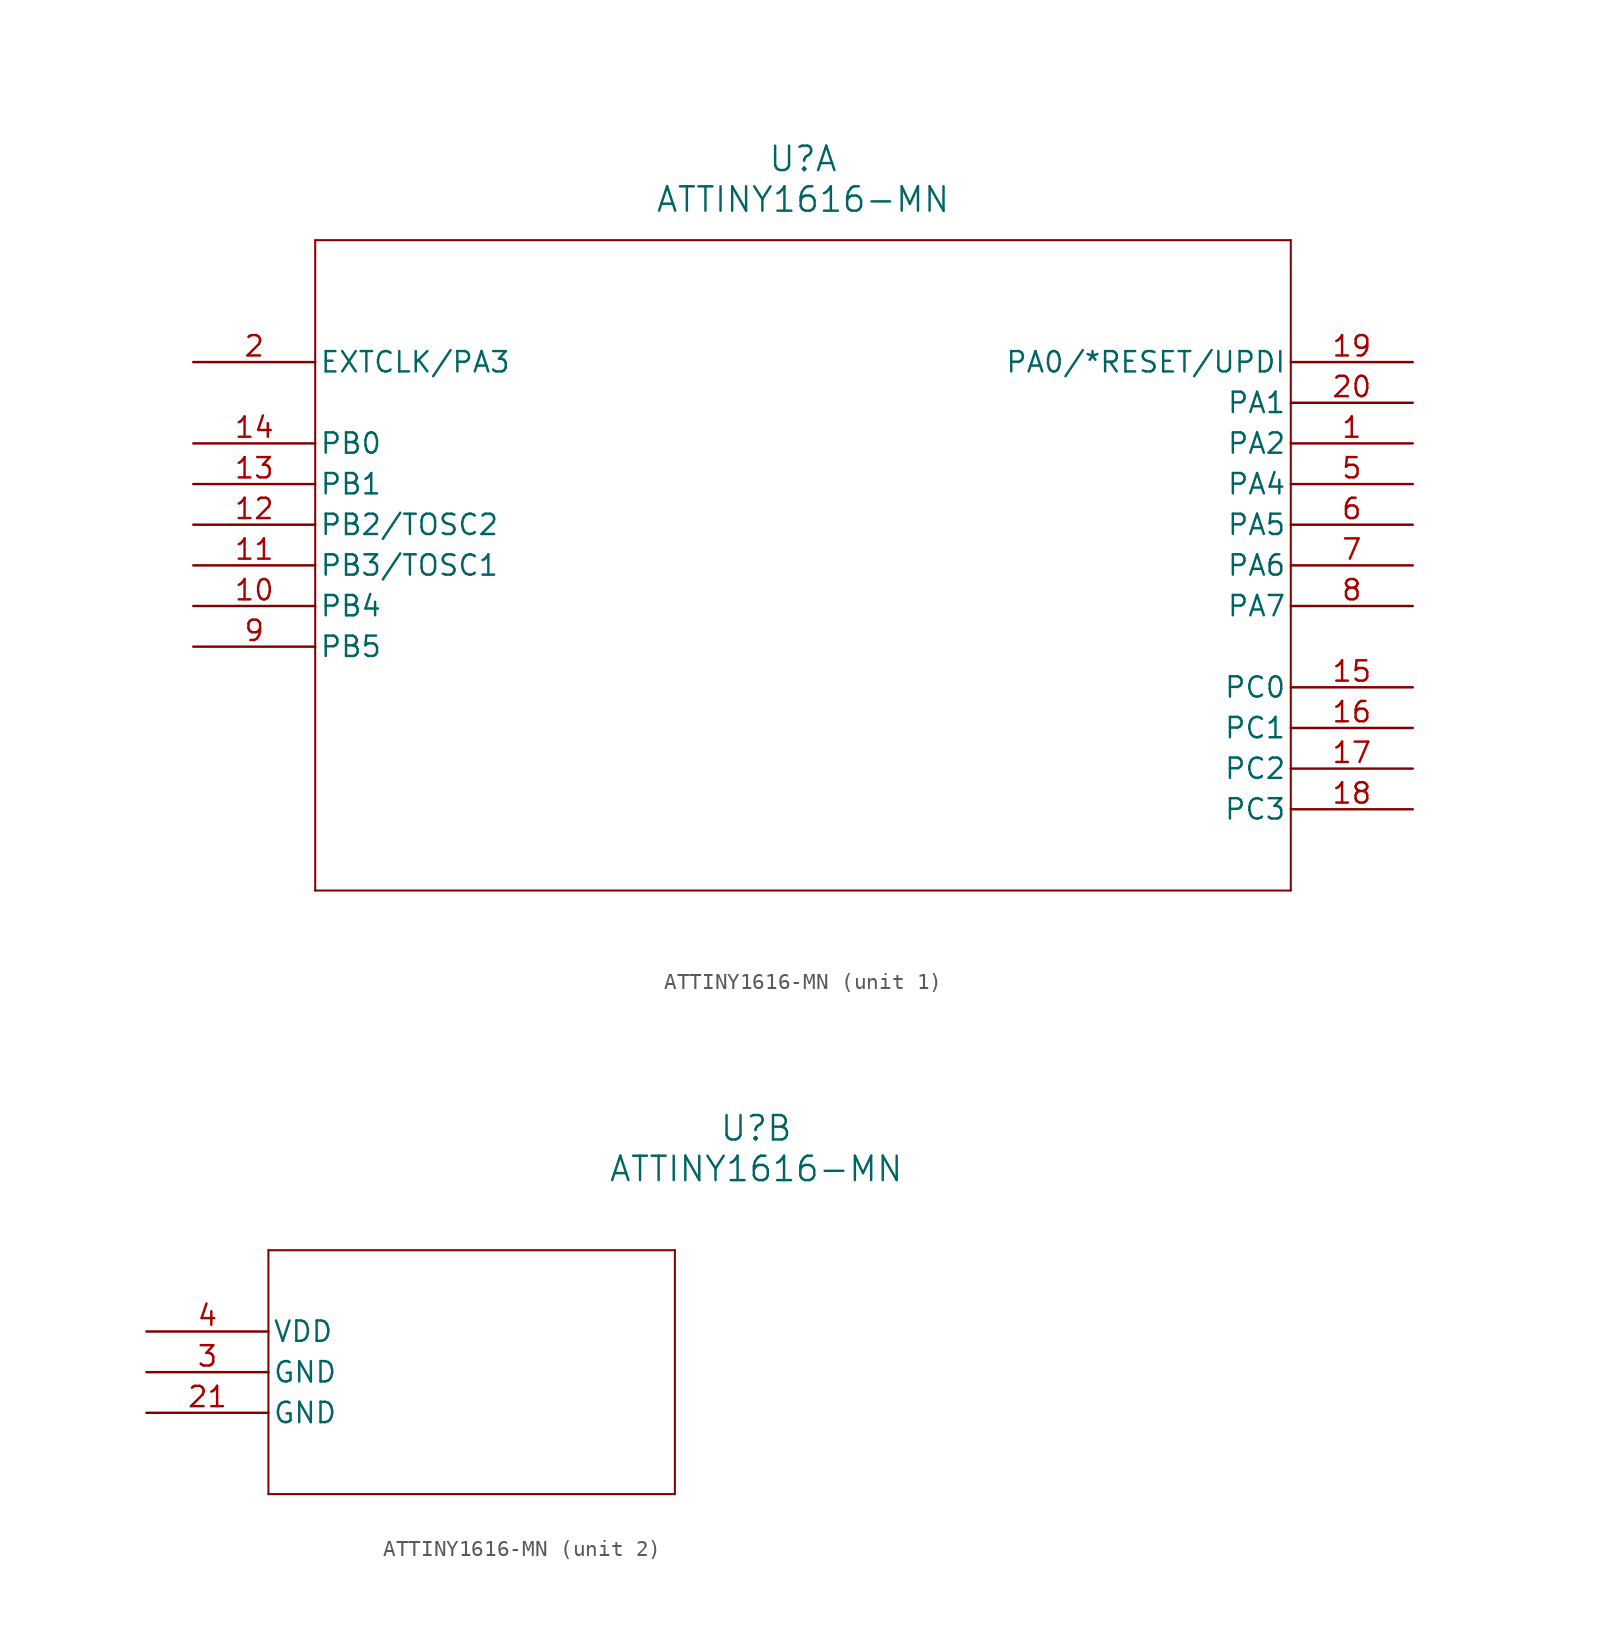
<source format=kicad_sym>
(kicad_symbol_lib
  (version 20211014)
  (generator kicad_symbol_editor)
  (symbol "ATTINY1616-MN"
    (pin_names
      (offset 0.254))
    (property "Reference" "U"
      (at 38.1 12.7 0)
      (effects (font (size 1.524 1.524))))
    (property "Value" "ATTINY1616-MN"
      (at 38.1 10.16 0)
      (effects (font (size 1.524 1.524))))
    (symbol "ATTINY1616-MN_1_1"
      (polyline (pts (xy 7.62 7.62) (xy 7.62 -33.02)) (stroke (width 0.127) (type default) (color 0 0 0 0)) (fill (type none)))
      (polyline (pts (xy 7.62 -33.02) (xy 68.58 -33.02)) (stroke (width 0.127) (type default) (color 0 0 0 0)) (fill (type none)))
      (polyline (pts (xy 68.58 -33.02) (xy 68.58 7.62)) (stroke (width 0.127) (type default) (color 0 0 0 0)) (fill (type none)))
      (polyline (pts (xy 68.58 7.62) (xy 7.62 7.62)) (stroke (width 0.127) (type default) (color 0 0 0 0)) (fill (type none)))
      (pin bidirectional line (at 76.2 -5.08 180) (length 7.62) (name "PA2" (effects (font (size 1.27 1.27)))) (number "1" (effects (font (size 1.27 1.27)))))
      (pin bidirectional line (at 0 0 0) (length 7.62) (name "EXTCLK/PA3" (effects (font (size 1.27 1.27)))) (number "2" (effects (font (size 1.27 1.27)))))
      (pin bidirectional line (at 76.2 -7.62 180) (length 7.62) (name "PA4" (effects (font (size 1.27 1.27)))) (number "5" (effects (font (size 1.27 1.27)))))
      (pin bidirectional line (at 76.2 -10.16 180) (length 7.62) (name "PA5" (effects (font (size 1.27 1.27)))) (number "6" (effects (font (size 1.27 1.27)))))
      (pin bidirectional line (at 76.2 -12.7 180) (length 7.62) (name "PA6" (effects (font (size 1.27 1.27)))) (number "7" (effects (font (size 1.27 1.27)))))
      (pin bidirectional line (at 76.2 -15.24 180) (length 7.62) (name "PA7" (effects (font (size 1.27 1.27)))) (number "8" (effects (font (size 1.27 1.27)))))
      (pin bidirectional line (at 0 -17.78 0) (length 7.62) (name "PB5" (effects (font (size 1.27 1.27)))) (number "9" (effects (font (size 1.27 1.27)))))
      (pin bidirectional line (at 0 -15.24 0) (length 7.62) (name "PB4" (effects (font (size 1.27 1.27)))) (number "10" (effects (font (size 1.27 1.27)))))
      (pin bidirectional line (at 0 -12.7 0) (length 7.62) (name "PB3/TOSC1" (effects (font (size 1.27 1.27)))) (number "11" (effects (font (size 1.27 1.27)))))
      (pin bidirectional line (at 0 -10.16 0) (length 7.62) (name "PB2/TOSC2" (effects (font (size 1.27 1.27)))) (number "12" (effects (font (size 1.27 1.27)))))
      (pin bidirectional line (at 0 -7.62 0) (length 7.62) (name "PB1" (effects (font (size 1.27 1.27)))) (number "13" (effects (font (size 1.27 1.27)))))
      (pin bidirectional line (at 0 -5.08 0) (length 7.62) (name "PB0" (effects (font (size 1.27 1.27)))) (number "14" (effects (font (size 1.27 1.27)))))
      (pin bidirectional line (at 76.2 -20.32 180) (length 7.62) (name "PC0" (effects (font (size 1.27 1.27)))) (number "15" (effects (font (size 1.27 1.27)))))
      (pin bidirectional line (at 76.2 -22.86 180) (length 7.62) (name "PC1" (effects (font (size 1.27 1.27)))) (number "16" (effects (font (size 1.27 1.27)))))
      (pin bidirectional line (at 76.2 -25.4 180) (length 7.62) (name "PC2" (effects (font (size 1.27 1.27)))) (number "17" (effects (font (size 1.27 1.27)))))
      (pin bidirectional line (at 76.2 -27.94 180) (length 7.62) (name "PC3" (effects (font (size 1.27 1.27)))) (number "18" (effects (font (size 1.27 1.27)))))
      (pin bidirectional line (at 76.2 0 180) (length 7.62) (name "PA0/*RESET/UPDI" (effects (font (size 1.27 1.27)))) (number "19" (effects (font (size 1.27 1.27)))))
      (pin bidirectional line (at 76.2 -2.54 180) (length 7.62) (name "PA1" (effects (font (size 1.27 1.27)))) (number "20" (effects (font (size 1.27 1.27))))))
    (symbol "ATTINY1616-MN_2_1"
      (polyline (pts (xy 7.62 5.08) (xy 7.62 -10.16)) (stroke (width 0.127) (type default) (color 0 0 0 0)) (fill (type none)))
      (polyline (pts (xy 7.62 -10.16) (xy 33.02 -10.16)) (stroke (width 0.127) (type default) (color 0 0 0 0)) (fill (type none)))
      (polyline (pts (xy 33.02 -10.16) (xy 33.02 5.08)) (stroke (width 0.127) (type default) (color 0 0 0 0)) (fill (type none)))
      (polyline (pts (xy 33.02 5.08) (xy 7.62 5.08)) (stroke (width 0.127) (type default) (color 0 0 0 0)) (fill (type none)))
      (pin power_out line (at 0 -2.54 0) (length 7.62) (name "GND" (effects (font (size 1.27 1.27)))) (number "3" (effects (font (size 1.27 1.27)))))
      (pin power_in line (at 0 0 0) (length 7.62) (name "VDD" (effects (font (size 1.27 1.27)))) (number "4" (effects (font (size 1.27 1.27)))))
      (pin power_out line (at 0 -5.08 0) (length 7.62) (name "GND" (effects (font (size 1.27 1.27)))) (number "21" (effects (font (size 1.27 1.27))))))))
</source>
